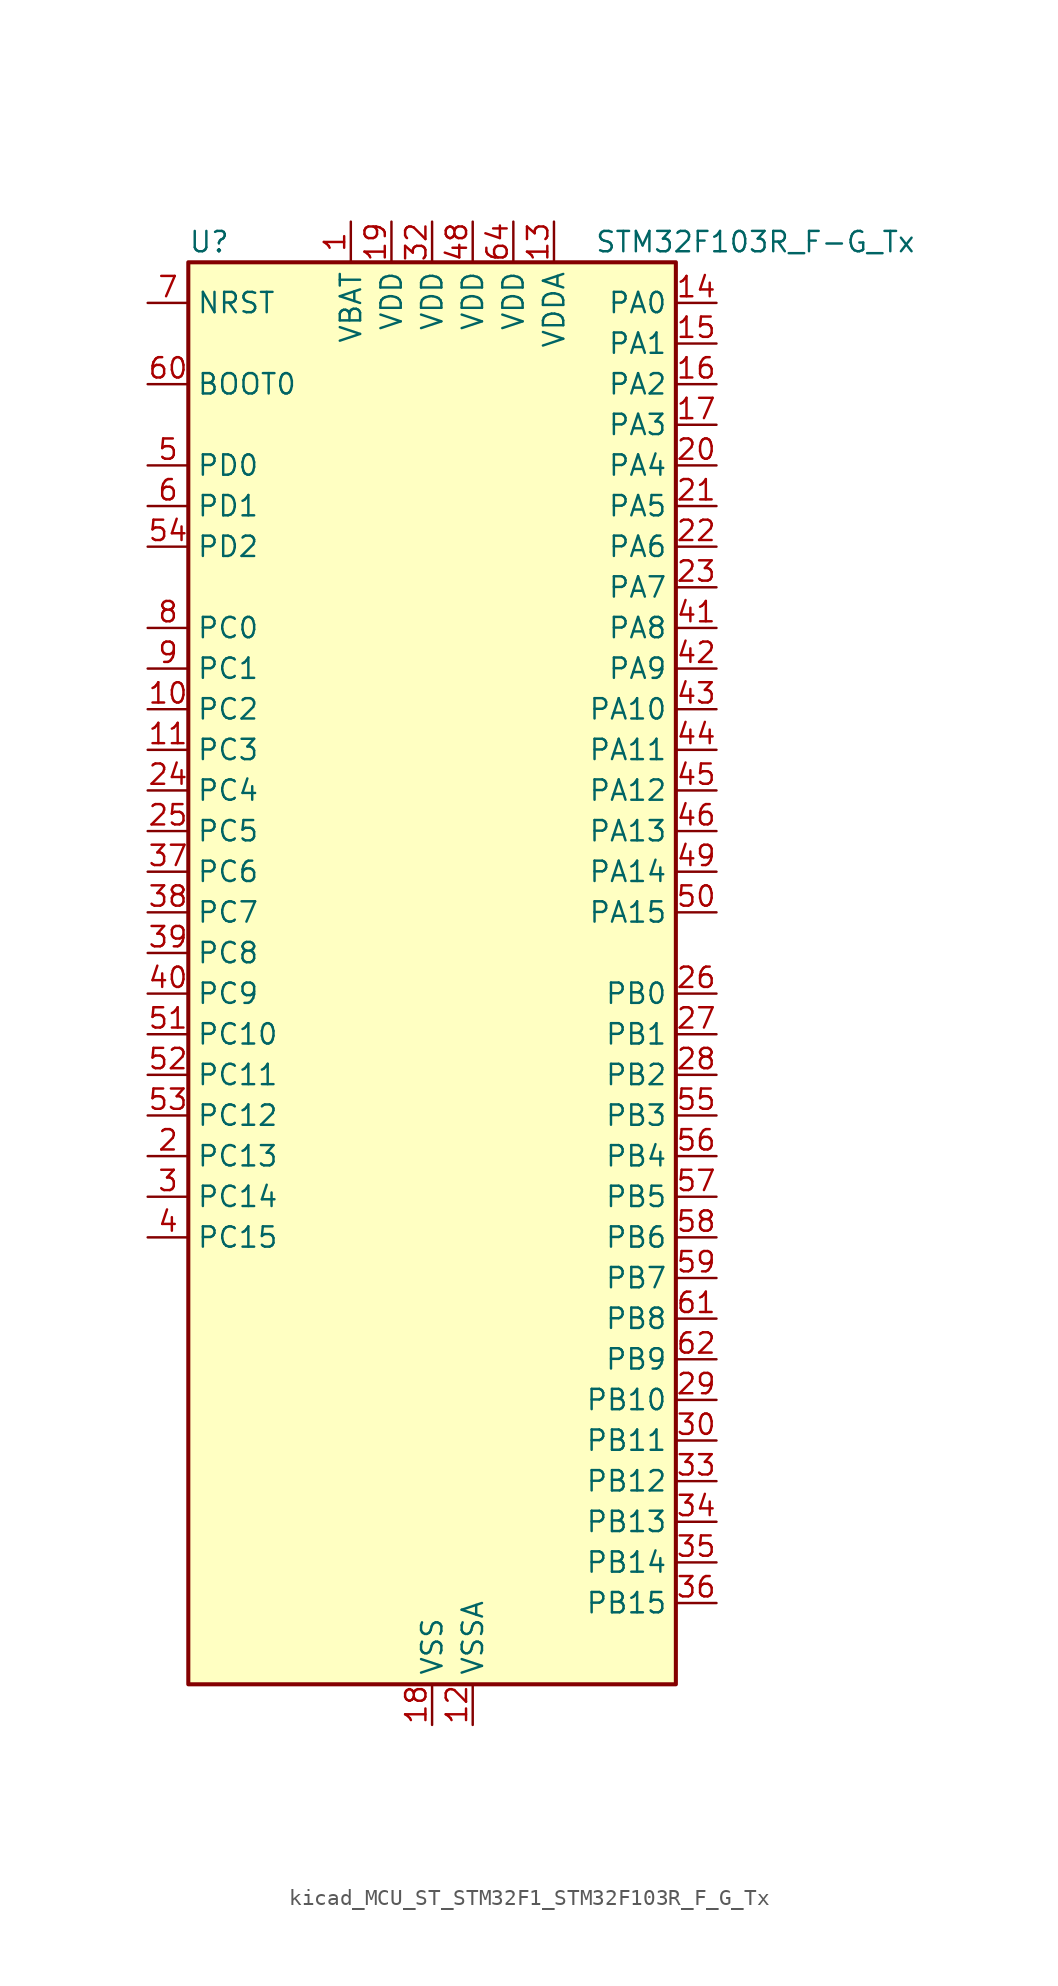
<source format=kicad_sym>
(kicad_symbol_lib
  (version 20220914)
  (generator kicad_symbol_editor)
  (symbol "kicad_MCU_ST_STM32F1_STM32F103R_F_G_Tx"
    (property "Reference" "U"
      (at -15.24 46.99 0)
      (effects (font (size 1.27 1.27)) (justify left)))
    (property "Value" "STM32F103R_F-G_Tx"
      (at 10.16 46.99 0)
      (effects (font (size 1.27 1.27)) (justify left)))
    (property "ki_locked" ""
      (at 0 0 0)
      (effects (font (size 1.27 1.27))))
    (symbol "kicad_MCU_ST_STM32F1_STM32F103R_F_G_Tx_0_1"
      (rectangle (start -15.24 -43.18) (end 15.24 45.72) (stroke (width 0.254) (type default)) (fill (type background))))
    (symbol "kicad_MCU_ST_STM32F1_STM32F103R_F_G_Tx_1_1"
      (pin power_in line (at -5.08 48.26 270) (length 2.54) (name "VBAT" (effects (font (size 1.27 1.27)))) (number "1" (effects (font (size 1.27 1.27)))))
      (pin bidirectional line (at -17.78 17.78 0) (length 2.54) (name "PC2" (effects (font (size 1.27 1.27)))) (number "10" (effects (font (size 1.27 1.27)))) (alternate "ADC1_IN12" bidirectional line) (alternate "ADC2_IN12" bidirectional line) (alternate "ADC3_IN12" bidirectional line))
      (pin bidirectional line (at -17.78 15.24 0) (length 2.54) (name "PC3" (effects (font (size 1.27 1.27)))) (number "11" (effects (font (size 1.27 1.27)))) (alternate "ADC1_IN13" bidirectional line) (alternate "ADC2_IN13" bidirectional line) (alternate "ADC3_IN13" bidirectional line))
      (pin power_in line (at 2.54 -45.72 90) (length 2.54) (name "VSSA" (effects (font (size 1.27 1.27)))) (number "12" (effects (font (size 1.27 1.27)))))
      (pin power_in line (at 7.62 48.26 270) (length 2.54) (name "VDDA" (effects (font (size 1.27 1.27)))) (number "13" (effects (font (size 1.27 1.27)))))
      (pin bidirectional line (at 17.78 43.18 180) (length 2.54) (name "PA0" (effects (font (size 1.27 1.27)))) (number "14" (effects (font (size 1.27 1.27)))) (alternate "ADC1_IN0" bidirectional line) (alternate "ADC2_IN0" bidirectional line) (alternate "ADC3_IN0" bidirectional line) (alternate "SYS_WKUP" bidirectional line) (alternate "TIM2_CH1" bidirectional line) (alternate "TIM2_ETR" bidirectional line) (alternate "TIM5_CH1" bidirectional line) (alternate "TIM8_ETR" bidirectional line) (alternate "USART2_CTS" bidirectional line))
      (pin bidirectional line (at 17.78 40.64 180) (length 2.54) (name "PA1" (effects (font (size 1.27 1.27)))) (number "15" (effects (font (size 1.27 1.27)))) (alternate "ADC1_IN1" bidirectional line) (alternate "ADC2_IN1" bidirectional line) (alternate "ADC3_IN1" bidirectional line) (alternate "TIM2_CH2" bidirectional line) (alternate "TIM5_CH2" bidirectional line) (alternate "USART2_RTS" bidirectional line))
      (pin bidirectional line (at 17.78 38.1 180) (length 2.54) (name "PA2" (effects (font (size 1.27 1.27)))) (number "16" (effects (font (size 1.27 1.27)))) (alternate "ADC1_IN2" bidirectional line) (alternate "ADC2_IN2" bidirectional line) (alternate "ADC3_IN2" bidirectional line) (alternate "TIM2_CH3" bidirectional line) (alternate "TIM5_CH3" bidirectional line) (alternate "TIM9_CH1" bidirectional line) (alternate "USART2_TX" bidirectional line))
      (pin bidirectional line (at 17.78 35.56 180) (length 2.54) (name "PA3" (effects (font (size 1.27 1.27)))) (number "17" (effects (font (size 1.27 1.27)))) (alternate "ADC1_IN3" bidirectional line) (alternate "ADC2_IN3" bidirectional line) (alternate "ADC3_IN3" bidirectional line) (alternate "TIM2_CH4" bidirectional line) (alternate "TIM5_CH4" bidirectional line) (alternate "TIM9_CH2" bidirectional line) (alternate "USART2_RX" bidirectional line))
      (pin power_in line (at 0 -45.72 90) (length 2.54) (name "VSS" (effects (font (size 1.27 1.27)))) (number "18" (effects (font (size 1.27 1.27)))))
      (pin power_in line (at -2.54 48.26 270) (length 2.54) (name "VDD" (effects (font (size 1.27 1.27)))) (number "19" (effects (font (size 1.27 1.27)))))
      (pin bidirectional line (at -17.78 -10.16 0) (length 2.54) (name "PC13" (effects (font (size 1.27 1.27)))) (number "2" (effects (font (size 1.27 1.27)))) (alternate "RTC_OUT" bidirectional line) (alternate "RTC_TAMPER" bidirectional line))
      (pin bidirectional line (at 17.78 33.02 180) (length 2.54) (name "PA4" (effects (font (size 1.27 1.27)))) (number "20" (effects (font (size 1.27 1.27)))) (alternate "ADC1_IN4" bidirectional line) (alternate "ADC2_IN4" bidirectional line) (alternate "DAC_OUT1" bidirectional line) (alternate "SPI1_NSS" bidirectional line) (alternate "USART2_CK" bidirectional line))
      (pin bidirectional line (at 17.78 30.48 180) (length 2.54) (name "PA5" (effects (font (size 1.27 1.27)))) (number "21" (effects (font (size 1.27 1.27)))) (alternate "ADC1_IN5" bidirectional line) (alternate "ADC2_IN5" bidirectional line) (alternate "DAC_OUT2" bidirectional line) (alternate "SPI1_SCK" bidirectional line))
      (pin bidirectional line (at 17.78 27.94 180) (length 2.54) (name "PA6" (effects (font (size 1.27 1.27)))) (number "22" (effects (font (size 1.27 1.27)))) (alternate "ADC1_IN6" bidirectional line) (alternate "ADC2_IN6" bidirectional line) (alternate "SPI1_MISO" bidirectional line) (alternate "TIM13_CH1" bidirectional line) (alternate "TIM1_BKIN" bidirectional line) (alternate "TIM3_CH1" bidirectional line) (alternate "TIM8_BKIN" bidirectional line))
      (pin bidirectional line (at 17.78 25.4 180) (length 2.54) (name "PA7" (effects (font (size 1.27 1.27)))) (number "23" (effects (font (size 1.27 1.27)))) (alternate "ADC1_IN7" bidirectional line) (alternate "ADC2_IN7" bidirectional line) (alternate "SPI1_MOSI" bidirectional line) (alternate "TIM14_CH1" bidirectional line) (alternate "TIM1_CH1N" bidirectional line) (alternate "TIM3_CH2" bidirectional line) (alternate "TIM8_CH1N" bidirectional line))
      (pin bidirectional line (at -17.78 12.7 0) (length 2.54) (name "PC4" (effects (font (size 1.27 1.27)))) (number "24" (effects (font (size 1.27 1.27)))) (alternate "ADC1_IN14" bidirectional line) (alternate "ADC2_IN14" bidirectional line))
      (pin bidirectional line (at -17.78 10.16 0) (length 2.54) (name "PC5" (effects (font (size 1.27 1.27)))) (number "25" (effects (font (size 1.27 1.27)))) (alternate "ADC1_IN15" bidirectional line) (alternate "ADC2_IN15" bidirectional line))
      (pin bidirectional line (at 17.78 0 180) (length 2.54) (name "PB0" (effects (font (size 1.27 1.27)))) (number "26" (effects (font (size 1.27 1.27)))) (alternate "ADC1_IN8" bidirectional line) (alternate "ADC2_IN8" bidirectional line) (alternate "TIM1_CH2N" bidirectional line) (alternate "TIM3_CH3" bidirectional line) (alternate "TIM8_CH2N" bidirectional line))
      (pin bidirectional line (at 17.78 -2.54 180) (length 2.54) (name "PB1" (effects (font (size 1.27 1.27)))) (number "27" (effects (font (size 1.27 1.27)))) (alternate "ADC1_IN9" bidirectional line) (alternate "ADC2_IN9" bidirectional line) (alternate "TIM1_CH3N" bidirectional line) (alternate "TIM3_CH4" bidirectional line) (alternate "TIM8_CH3N" bidirectional line))
      (pin bidirectional line (at 17.78 -5.08 180) (length 2.54) (name "PB2" (effects (font (size 1.27 1.27)))) (number "28" (effects (font (size 1.27 1.27)))))
      (pin bidirectional line (at 17.78 -25.4 180) (length 2.54) (name "PB10" (effects (font (size 1.27 1.27)))) (number "29" (effects (font (size 1.27 1.27)))) (alternate "I2C2_SCL" bidirectional line) (alternate "TIM2_CH3" bidirectional line) (alternate "USART3_TX" bidirectional line))
      (pin bidirectional line (at -17.78 -12.7 0) (length 2.54) (name "PC14" (effects (font (size 1.27 1.27)))) (number "3" (effects (font (size 1.27 1.27)))) (alternate "RCC_OSC32_IN" bidirectional line))
      (pin bidirectional line (at 17.78 -27.94 180) (length 2.54) (name "PB11" (effects (font (size 1.27 1.27)))) (number "30" (effects (font (size 1.27 1.27)))) (alternate "ADC1_EXTI11" bidirectional line) (alternate "ADC2_EXTI11" bidirectional line) (alternate "I2C2_SDA" bidirectional line) (alternate "TIM2_CH4" bidirectional line) (alternate "USART3_RX" bidirectional line))
      (pin passive line (at 0 -45.72 90) (length 2.54) hide (name "VSS" (effects (font (size 1.27 1.27)))) (number "31" (effects (font (size 1.27 1.27)))))
      (pin power_in line (at 0 48.26 270) (length 2.54) (name "VDD" (effects (font (size 1.27 1.27)))) (number "32" (effects (font (size 1.27 1.27)))))
      (pin bidirectional line (at 17.78 -30.48 180) (length 2.54) (name "PB12" (effects (font (size 1.27 1.27)))) (number "33" (effects (font (size 1.27 1.27)))) (alternate "I2C2_SMBA" bidirectional line) (alternate "I2S2_WS" bidirectional line) (alternate "SPI2_NSS" bidirectional line) (alternate "TIM1_BKIN" bidirectional line) (alternate "USART3_CK" bidirectional line))
      (pin bidirectional line (at 17.78 -33.02 180) (length 2.54) (name "PB13" (effects (font (size 1.27 1.27)))) (number "34" (effects (font (size 1.27 1.27)))) (alternate "I2S2_CK" bidirectional line) (alternate "SPI2_SCK" bidirectional line) (alternate "TIM1_CH1N" bidirectional line) (alternate "USART3_CTS" bidirectional line))
      (pin bidirectional line (at 17.78 -35.56 180) (length 2.54) (name "PB14" (effects (font (size 1.27 1.27)))) (number "35" (effects (font (size 1.27 1.27)))) (alternate "SPI2_MISO" bidirectional line) (alternate "TIM12_CH1" bidirectional line) (alternate "TIM1_CH2N" bidirectional line) (alternate "USART3_RTS" bidirectional line))
      (pin bidirectional line (at 17.78 -38.1 180) (length 2.54) (name "PB15" (effects (font (size 1.27 1.27)))) (number "36" (effects (font (size 1.27 1.27)))) (alternate "ADC1_EXTI15" bidirectional line) (alternate "ADC2_EXTI15" bidirectional line) (alternate "I2S2_SD" bidirectional line) (alternate "SPI2_MOSI" bidirectional line) (alternate "TIM12_CH2" bidirectional line) (alternate "TIM1_CH3N" bidirectional line))
      (pin bidirectional line (at -17.78 7.62 0) (length 2.54) (name "PC6" (effects (font (size 1.27 1.27)))) (number "37" (effects (font (size 1.27 1.27)))) (alternate "I2S2_MCK" bidirectional line) (alternate "SDIO_D6" bidirectional line) (alternate "TIM3_CH1" bidirectional line) (alternate "TIM8_CH1" bidirectional line))
      (pin bidirectional line (at -17.78 5.08 0) (length 2.54) (name "PC7" (effects (font (size 1.27 1.27)))) (number "38" (effects (font (size 1.27 1.27)))) (alternate "I2S3_MCK" bidirectional line) (alternate "SDIO_D7" bidirectional line) (alternate "TIM3_CH2" bidirectional line) (alternate "TIM8_CH2" bidirectional line))
      (pin bidirectional line (at -17.78 2.54 0) (length 2.54) (name "PC8" (effects (font (size 1.27 1.27)))) (number "39" (effects (font (size 1.27 1.27)))) (alternate "SDIO_D0" bidirectional line) (alternate "TIM3_CH3" bidirectional line) (alternate "TIM8_CH3" bidirectional line))
      (pin bidirectional line (at -17.78 -15.24 0) (length 2.54) (name "PC15" (effects (font (size 1.27 1.27)))) (number "4" (effects (font (size 1.27 1.27)))) (alternate "ADC1_EXTI15" bidirectional line) (alternate "ADC2_EXTI15" bidirectional line) (alternate "RCC_OSC32_OUT" bidirectional line))
      (pin bidirectional line (at -17.78 0 0) (length 2.54) (name "PC9" (effects (font (size 1.27 1.27)))) (number "40" (effects (font (size 1.27 1.27)))) (alternate "DAC_EXTI9" bidirectional line) (alternate "SDIO_D1" bidirectional line) (alternate "TIM3_CH4" bidirectional line) (alternate "TIM8_CH4" bidirectional line))
      (pin bidirectional line (at 17.78 22.86 180) (length 2.54) (name "PA8" (effects (font (size 1.27 1.27)))) (number "41" (effects (font (size 1.27 1.27)))) (alternate "RCC_MCO" bidirectional line) (alternate "TIM1_CH1" bidirectional line) (alternate "USART1_CK" bidirectional line))
      (pin bidirectional line (at 17.78 20.32 180) (length 2.54) (name "PA9" (effects (font (size 1.27 1.27)))) (number "42" (effects (font (size 1.27 1.27)))) (alternate "DAC_EXTI9" bidirectional line) (alternate "TIM1_CH2" bidirectional line) (alternate "USART1_TX" bidirectional line))
      (pin bidirectional line (at 17.78 17.78 180) (length 2.54) (name "PA10" (effects (font (size 1.27 1.27)))) (number "43" (effects (font (size 1.27 1.27)))) (alternate "TIM1_CH3" bidirectional line) (alternate "USART1_RX" bidirectional line))
      (pin bidirectional line (at 17.78 15.24 180) (length 2.54) (name "PA11" (effects (font (size 1.27 1.27)))) (number "44" (effects (font (size 1.27 1.27)))) (alternate "ADC1_EXTI11" bidirectional line) (alternate "ADC2_EXTI11" bidirectional line) (alternate "CAN_RX" bidirectional line) (alternate "TIM1_CH4" bidirectional line) (alternate "USART1_CTS" bidirectional line) (alternate "USB_DM" bidirectional line))
      (pin bidirectional line (at 17.78 12.7 180) (length 2.54) (name "PA12" (effects (font (size 1.27 1.27)))) (number "45" (effects (font (size 1.27 1.27)))) (alternate "CAN_TX" bidirectional line) (alternate "TIM1_ETR" bidirectional line) (alternate "USART1_RTS" bidirectional line) (alternate "USB_DP" bidirectional line))
      (pin bidirectional line (at 17.78 10.16 180) (length 2.54) (name "PA13" (effects (font (size 1.27 1.27)))) (number "46" (effects (font (size 1.27 1.27)))) (alternate "SYS_JTMS-SWDIO" bidirectional line))
      (pin passive line (at 0 -45.72 90) (length 2.54) hide (name "VSS" (effects (font (size 1.27 1.27)))) (number "47" (effects (font (size 1.27 1.27)))))
      (pin power_in line (at 2.54 48.26 270) (length 2.54) (name "VDD" (effects (font (size 1.27 1.27)))) (number "48" (effects (font (size 1.27 1.27)))))
      (pin bidirectional line (at 17.78 7.62 180) (length 2.54) (name "PA14" (effects (font (size 1.27 1.27)))) (number "49" (effects (font (size 1.27 1.27)))) (alternate "SYS_JTCK-SWCLK" bidirectional line))
      (pin bidirectional line (at -17.78 33.02 0) (length 2.54) (name "PD0" (effects (font (size 1.27 1.27)))) (number "5" (effects (font (size 1.27 1.27)))) (alternate "RCC_OSC_IN" bidirectional line))
      (pin bidirectional line (at 17.78 5.08 180) (length 2.54) (name "PA15" (effects (font (size 1.27 1.27)))) (number "50" (effects (font (size 1.27 1.27)))) (alternate "ADC1_EXTI15" bidirectional line) (alternate "ADC2_EXTI15" bidirectional line) (alternate "I2S3_WS" bidirectional line) (alternate "SPI1_NSS" bidirectional line) (alternate "SPI3_NSS" bidirectional line) (alternate "SYS_JTDI" bidirectional line) (alternate "TIM2_CH1" bidirectional line) (alternate "TIM2_ETR" bidirectional line))
      (pin bidirectional line (at -17.78 -2.54 0) (length 2.54) (name "PC10" (effects (font (size 1.27 1.27)))) (number "51" (effects (font (size 1.27 1.27)))) (alternate "SDIO_D2" bidirectional line) (alternate "UART4_TX" bidirectional line) (alternate "USART3_TX" bidirectional line))
      (pin bidirectional line (at -17.78 -5.08 0) (length 2.54) (name "PC11" (effects (font (size 1.27 1.27)))) (number "52" (effects (font (size 1.27 1.27)))) (alternate "ADC1_EXTI11" bidirectional line) (alternate "ADC2_EXTI11" bidirectional line) (alternate "SDIO_D3" bidirectional line) (alternate "UART4_RX" bidirectional line) (alternate "USART3_RX" bidirectional line))
      (pin bidirectional line (at -17.78 -7.62 0) (length 2.54) (name "PC12" (effects (font (size 1.27 1.27)))) (number "53" (effects (font (size 1.27 1.27)))) (alternate "SDIO_CK" bidirectional line) (alternate "UART5_TX" bidirectional line) (alternate "USART3_CK" bidirectional line))
      (pin bidirectional line (at -17.78 27.94 0) (length 2.54) (name "PD2" (effects (font (size 1.27 1.27)))) (number "54" (effects (font (size 1.27 1.27)))) (alternate "SDIO_CMD" bidirectional line) (alternate "TIM3_ETR" bidirectional line) (alternate "UART5_RX" bidirectional line))
      (pin bidirectional line (at 17.78 -7.62 180) (length 2.54) (name "PB3" (effects (font (size 1.27 1.27)))) (number "55" (effects (font (size 1.27 1.27)))) (alternate "I2S3_CK" bidirectional line) (alternate "SPI1_SCK" bidirectional line) (alternate "SPI3_SCK" bidirectional line) (alternate "SYS_JTDO-TRACESWO" bidirectional line) (alternate "TIM2_CH2" bidirectional line))
      (pin bidirectional line (at 17.78 -10.16 180) (length 2.54) (name "PB4" (effects (font (size 1.27 1.27)))) (number "56" (effects (font (size 1.27 1.27)))) (alternate "SPI1_MISO" bidirectional line) (alternate "SPI3_MISO" bidirectional line) (alternate "SYS_NJTRST" bidirectional line) (alternate "TIM3_CH1" bidirectional line))
      (pin bidirectional line (at 17.78 -12.7 180) (length 2.54) (name "PB5" (effects (font (size 1.27 1.27)))) (number "57" (effects (font (size 1.27 1.27)))) (alternate "I2C1_SMBA" bidirectional line) (alternate "I2S3_SD" bidirectional line) (alternate "SPI1_MOSI" bidirectional line) (alternate "SPI3_MOSI" bidirectional line) (alternate "TIM3_CH2" bidirectional line))
      (pin bidirectional line (at 17.78 -15.24 180) (length 2.54) (name "PB6" (effects (font (size 1.27 1.27)))) (number "58" (effects (font (size 1.27 1.27)))) (alternate "I2C1_SCL" bidirectional line) (alternate "TIM4_CH1" bidirectional line) (alternate "USART1_TX" bidirectional line))
      (pin bidirectional line (at 17.78 -17.78 180) (length 2.54) (name "PB7" (effects (font (size 1.27 1.27)))) (number "59" (effects (font (size 1.27 1.27)))) (alternate "I2C1_SDA" bidirectional line) (alternate "TIM4_CH2" bidirectional line) (alternate "USART1_RX" bidirectional line))
      (pin bidirectional line (at -17.78 30.48 0) (length 2.54) (name "PD1" (effects (font (size 1.27 1.27)))) (number "6" (effects (font (size 1.27 1.27)))) (alternate "RCC_OSC_OUT" bidirectional line))
      (pin input line (at -17.78 38.1 0) (length 2.54) (name "BOOT0" (effects (font (size 1.27 1.27)))) (number "60" (effects (font (size 1.27 1.27)))))
      (pin bidirectional line (at 17.78 -20.32 180) (length 2.54) (name "PB8" (effects (font (size 1.27 1.27)))) (number "61" (effects (font (size 1.27 1.27)))) (alternate "CAN_RX" bidirectional line) (alternate "I2C1_SCL" bidirectional line) (alternate "SDIO_D4" bidirectional line) (alternate "TIM10_CH1" bidirectional line) (alternate "TIM4_CH3" bidirectional line))
      (pin bidirectional line (at 17.78 -22.86 180) (length 2.54) (name "PB9" (effects (font (size 1.27 1.27)))) (number "62" (effects (font (size 1.27 1.27)))) (alternate "CAN_TX" bidirectional line) (alternate "DAC_EXTI9" bidirectional line) (alternate "I2C1_SDA" bidirectional line) (alternate "SDIO_D5" bidirectional line) (alternate "TIM11_CH1" bidirectional line) (alternate "TIM4_CH4" bidirectional line))
      (pin passive line (at 0 -45.72 90) (length 2.54) hide (name "VSS" (effects (font (size 1.27 1.27)))) (number "63" (effects (font (size 1.27 1.27)))))
      (pin power_in line (at 5.08 48.26 270) (length 2.54) (name "VDD" (effects (font (size 1.27 1.27)))) (number "64" (effects (font (size 1.27 1.27)))))
      (pin input line (at -17.78 43.18 0) (length 2.54) (name "NRST" (effects (font (size 1.27 1.27)))) (number "7" (effects (font (size 1.27 1.27)))))
      (pin bidirectional line (at -17.78 22.86 0) (length 2.54) (name "PC0" (effects (font (size 1.27 1.27)))) (number "8" (effects (font (size 1.27 1.27)))) (alternate "ADC1_IN10" bidirectional line) (alternate "ADC2_IN10" bidirectional line) (alternate "ADC3_IN10" bidirectional line))
      (pin bidirectional line (at -17.78 20.32 0) (length 2.54) (name "PC1" (effects (font (size 1.27 1.27)))) (number "9" (effects (font (size 1.27 1.27)))) (alternate "ADC1_IN11" bidirectional line) (alternate "ADC2_IN11" bidirectional line) (alternate "ADC3_IN11" bidirectional line)))))
</source>
